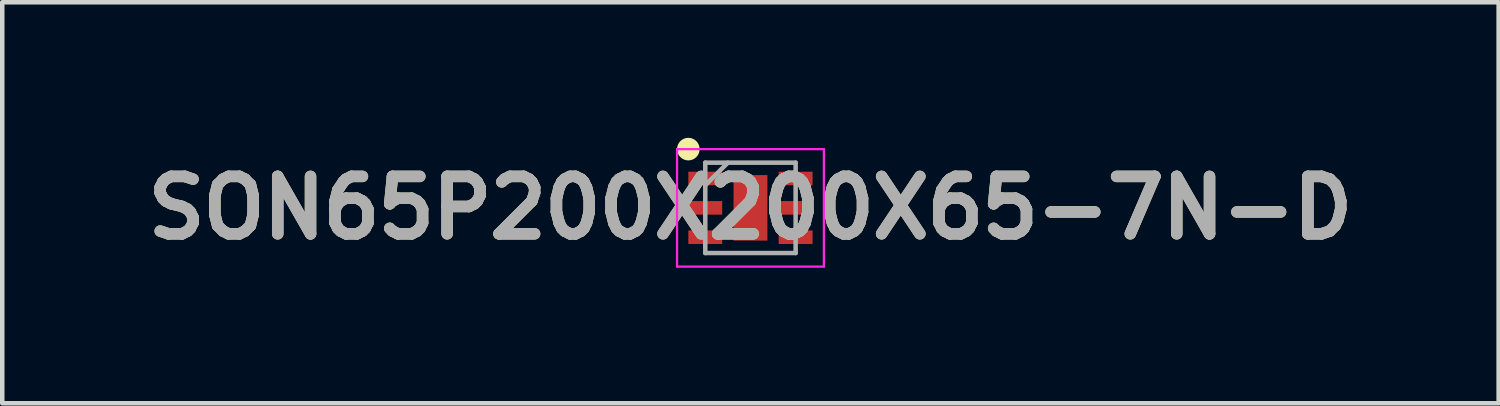
<source format=kicad_pcb>
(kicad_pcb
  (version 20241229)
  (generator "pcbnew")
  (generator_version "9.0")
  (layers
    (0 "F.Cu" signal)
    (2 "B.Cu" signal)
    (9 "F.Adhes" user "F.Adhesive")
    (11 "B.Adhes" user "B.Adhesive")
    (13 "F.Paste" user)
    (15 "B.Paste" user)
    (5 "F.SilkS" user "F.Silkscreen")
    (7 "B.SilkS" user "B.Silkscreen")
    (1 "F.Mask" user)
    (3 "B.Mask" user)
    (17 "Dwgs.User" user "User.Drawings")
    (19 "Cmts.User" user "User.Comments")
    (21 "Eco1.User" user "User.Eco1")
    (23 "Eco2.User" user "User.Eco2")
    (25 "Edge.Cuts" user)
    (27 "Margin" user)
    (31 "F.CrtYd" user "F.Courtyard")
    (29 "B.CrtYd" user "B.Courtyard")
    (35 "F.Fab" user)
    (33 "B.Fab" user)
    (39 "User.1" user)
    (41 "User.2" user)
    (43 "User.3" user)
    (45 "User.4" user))
  (footprint "SON65P200X200X65-7N-D"
    (layer "F.Cu")
    (at 13.559 1.55)
    (property "Reference" "SON65P200X200X65-7N-D" (at 0 0 0) (layer "F.SilkS") (effects (font (size 1.27 1.27) (thickness 0.254))))
    (attr smd)
    (fp_circle (center -1.375 -1.3) (end -1.375 -1.175) (stroke (width 0.25) (type solid)) (fill no) (layer "F.SilkS"))
    (fp_line (start -1.625 -1.3) (end 1.625 -1.3) (stroke (width 0.05) (type solid)) (layer "F.CrtYd"))
    (fp_line (start -1.625 1.3) (end -1.625 -1.3) (stroke (width 0.05) (type solid)) (layer "F.CrtYd"))
    (fp_line (start 1.625 -1.3) (end 1.625 1.3) (stroke (width 0.05) (type solid)) (layer "F.CrtYd"))
    (fp_line (start 1.625 1.3) (end -1.625 1.3) (stroke (width 0.05) (type solid)) (layer "F.CrtYd"))
    (fp_line (start -1 -1) (end 1 -1) (stroke (width 0.1) (type solid)) (layer "F.Fab"))
    (fp_line (start -1 -0.5) (end -0.5 -1) (stroke (width 0.1) (type solid)) (layer "F.Fab"))
    (fp_line (start -1 1) (end -1 -1) (stroke (width 0.1) (type solid)) (layer "F.Fab"))
    (fp_line (start 1 -1) (end 1 1) (stroke (width 0.1) (type solid)) (layer "F.Fab"))
    (fp_line (start 1 1) (end -1 1) (stroke (width 0.1) (type solid)) (layer "F.Fab"))
    (fp_text user "${REFERENCE}" (at 0 0 0) (layer "F.Fab") (effects (font (size 1.27 1.27) (thickness 0.254))))
    (pad "1" smd rect (at -1 -0.65 90) (size 0.3 0.75) (layers "F.Cu" "F.Mask" "F.Paste"))
    (pad "2" smd rect (at -1 0 90) (size 0.3 0.75) (layers "F.Cu" "F.Mask" "F.Paste"))
    (pad "3" smd rect (at -1 0.65 90) (size 0.3 0.75) (layers "F.Cu" "F.Mask" "F.Paste"))
    (pad "4" smd rect (at 1 0.65 90) (size 0.3 0.75) (layers "F.Cu" "F.Mask" "F.Paste"))
    (pad "5" smd rect (at 1 0 90) (size 0.3 0.75) (layers "F.Cu" "F.Mask" "F.Paste"))
    (pad "6" smd rect (at 1 -0.65 90) (size 0.3 0.75) (layers "F.Cu" "F.Mask" "F.Paste"))
    (pad "7" smd rect (at 0 0) (size 0.75 1.45) (layers "F.Cu" "F.Mask" "F.Paste")))
  (gr_rect
    (start -3 -3)
    (end 30.118 5.875)
    (stroke (width 0.1) (type default))
    (fill no)
    (layer "Edge.Cuts")))
</source>
